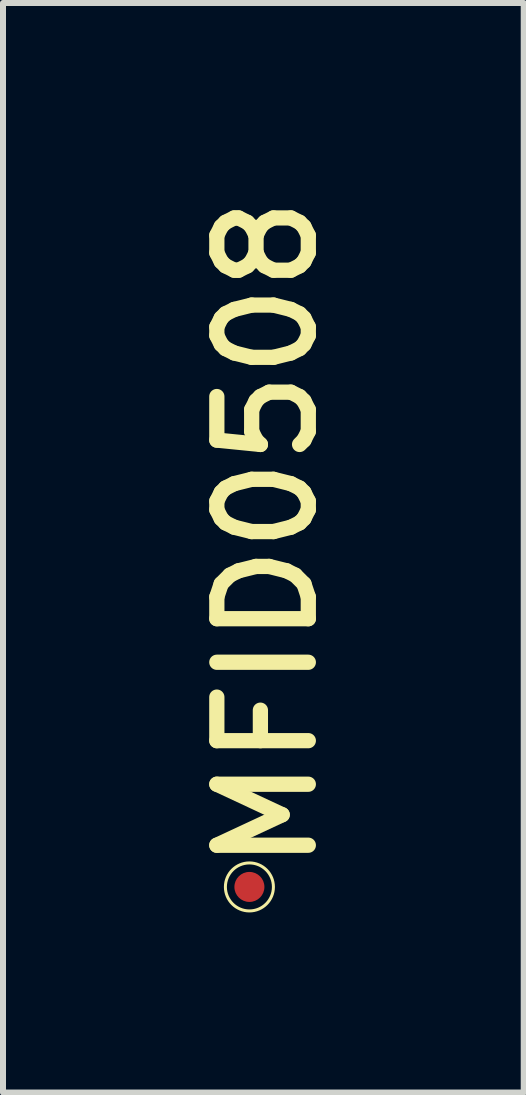
<source format=kicad_pcb>
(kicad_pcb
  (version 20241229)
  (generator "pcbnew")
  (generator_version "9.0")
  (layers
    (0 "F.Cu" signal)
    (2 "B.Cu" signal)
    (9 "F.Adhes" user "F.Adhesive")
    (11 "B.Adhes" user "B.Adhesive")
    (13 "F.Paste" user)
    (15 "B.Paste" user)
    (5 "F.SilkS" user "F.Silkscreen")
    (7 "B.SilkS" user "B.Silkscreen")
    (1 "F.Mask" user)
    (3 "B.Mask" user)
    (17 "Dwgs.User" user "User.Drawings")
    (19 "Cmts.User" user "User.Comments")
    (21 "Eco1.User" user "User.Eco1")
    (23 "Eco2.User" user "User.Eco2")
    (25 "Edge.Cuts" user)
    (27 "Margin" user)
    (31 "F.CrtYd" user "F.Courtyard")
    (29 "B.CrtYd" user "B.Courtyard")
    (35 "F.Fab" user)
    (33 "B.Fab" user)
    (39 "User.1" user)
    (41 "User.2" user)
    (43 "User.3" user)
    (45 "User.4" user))
  (footprint "MFID0508"
    (layer "F.Cu")
    (at 1.105 11.726)
    (property "Reference" "MFID0508" (at 1.181 -0.165 90) (unlocked yes) (layer "F.SilkS") (effects (font (size 1.524 1.524) (thickness 0.254)) (justify left bottom)))
    (fp_circle (center 0 0) (end 0.4 0) (stroke (width 0.05) (type solid)) (fill no) (layer "F.SilkS"))
    (pad "MFID?" smd circle (at 0 0 180) (size 0.5 0.5) (layers "F.Cu" "F.Mask" "F.Paste")))
  (gr_rect
    (start -3 -3)
    (end 5.675 15.151)
    (stroke (width 0.1) (type default))
    (fill no)
    (layer "Edge.Cuts")))
</source>
